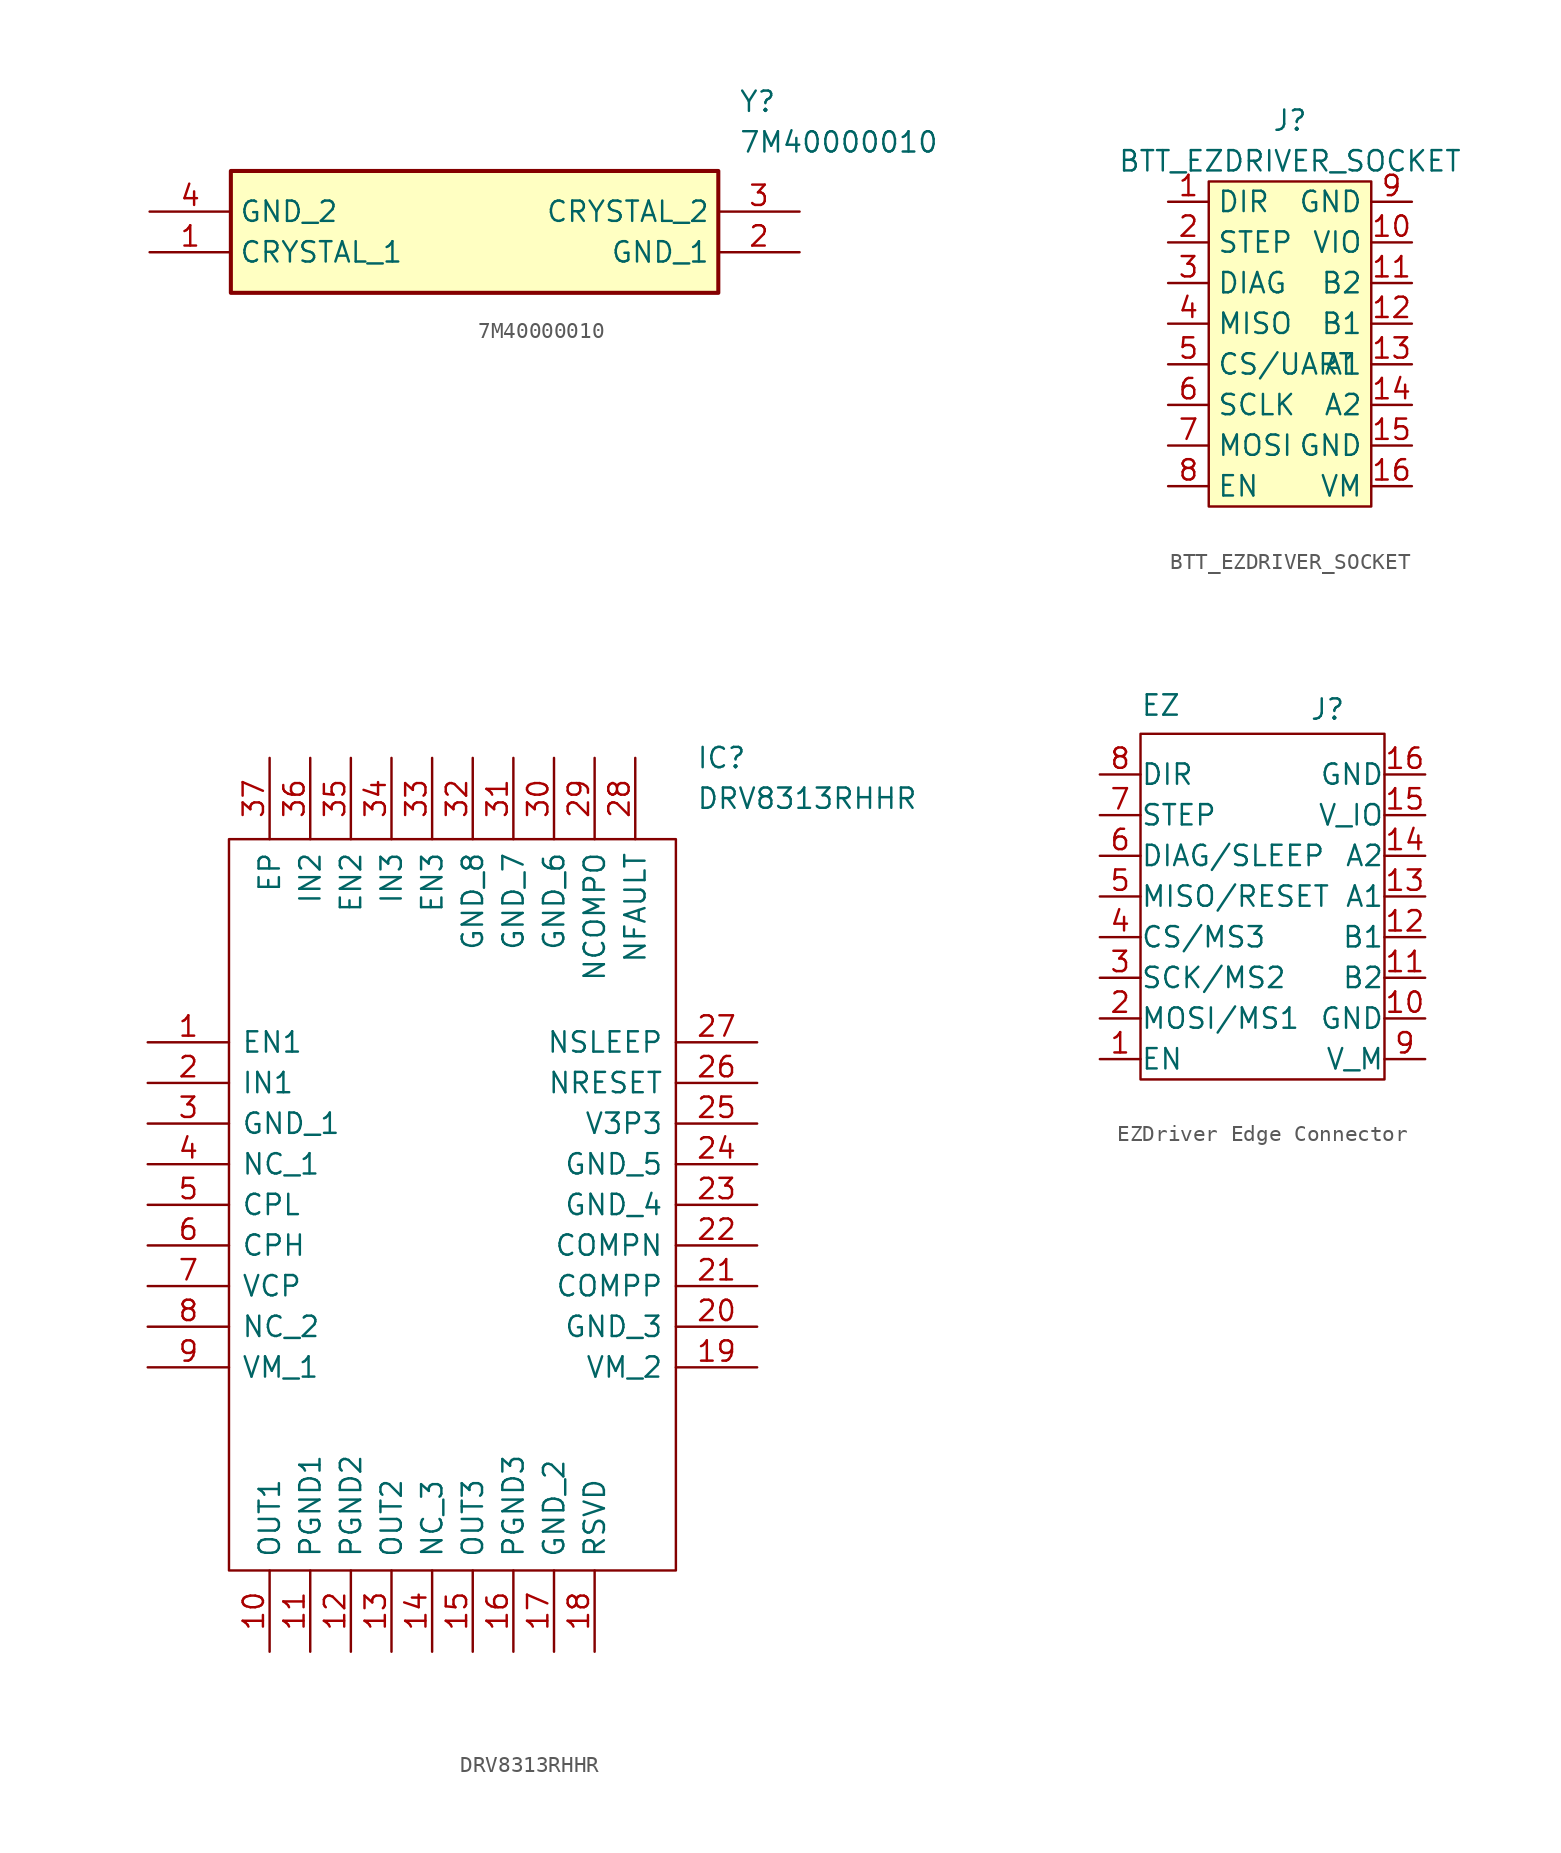
<source format=kicad_sym>
(kicad_symbol_lib
  (version 20241209)
  (generator "kicad_symbol_editor")
  (generator_version "9.0")
  (symbol "7M40000010"
    (property "Reference" "Y"
      (at 36.83 7.62 0)
      (effects (font (size 1.27 1.27)) (justify left top)))
    (property "Value" "7M40000010"
      (at 36.83 5.08 0)
      (effects (font (size 1.27 1.27)) (justify left top)))
    (symbol "7M40000010_1_1"
      (rectangle (start 5.08 2.54) (end 35.56 -5.08) (stroke (width 0.254) (type default)) (fill (type background)))
      (pin passive line (at 0 0 0) (length 5.08) (name "GND_2" (effects (font (size 1.27 1.27)))) (number "4" (effects (font (size 1.27 1.27)))))
      (pin passive line (at 0 -2.54 0) (length 5.08) (name "CRYSTAL_1" (effects (font (size 1.27 1.27)))) (number "1" (effects (font (size 1.27 1.27)))))
      (pin passive line (at 40.64 0 180) (length 5.08) (name "CRYSTAL_2" (effects (font (size 1.27 1.27)))) (number "3" (effects (font (size 1.27 1.27)))))
      (pin passive line (at 40.64 -2.54 180) (length 5.08) (name "GND_1" (effects (font (size 1.27 1.27)))) (number "2" (effects (font (size 1.27 1.27)))))))
  (symbol "BTT_EZDRIVER_SOCKET"
    (property "Reference" "J"
      (at 0 2.54 0)
      (effects (font (size 1.27 1.27))))
    (property "Value" "BTT_EZDRIVER_SOCKET"
      (at 0 0 0)
      (effects (font (size 1.27 1.27))))
    (symbol "BTT_EZDRIVER_SOCKET_0_1"
      (rectangle (start -5.08 -1.27) (end 5.08 -21.59) (stroke (width 0) (type default)) (fill (type background))))
    (symbol "BTT_EZDRIVER_SOCKET_1_1"
      (pin input line (at -7.62 -2.54 0) (length 2.54) (name "DIR" (effects (font (size 1.27 1.27)))) (number "1" (effects (font (size 1.27 1.27)))))
      (pin input line (at -7.62 -5.08 0) (length 2.54) (name "STEP" (effects (font (size 1.27 1.27)))) (number "2" (effects (font (size 1.27 1.27)))))
      (pin output line (at -7.62 -7.62 0) (length 2.54) (name "DIAG" (effects (font (size 1.27 1.27)))) (number "3" (effects (font (size 1.27 1.27)))))
      (pin output line (at -7.62 -10.16 0) (length 2.54) (name "MISO" (effects (font (size 1.27 1.27)))) (number "4" (effects (font (size 1.27 1.27)))))
      (pin bidirectional line (at -7.62 -12.7 0) (length 2.54) (name "CS/UART" (effects (font (size 1.27 1.27)))) (number "5" (effects (font (size 1.27 1.27)))))
      (pin input line (at -7.62 -15.24 0) (length 2.54) (name "SCLK" (effects (font (size 1.27 1.27)))) (number "6" (effects (font (size 1.27 1.27)))))
      (pin input line (at -7.62 -17.78 0) (length 2.54) (name "MOSI" (effects (font (size 1.27 1.27)))) (number "7" (effects (font (size 1.27 1.27)))))
      (pin input line (at -7.62 -20.32 0) (length 2.54) (name "EN" (effects (font (size 1.27 1.27)))) (number "8" (effects (font (size 1.27 1.27)))))
      (pin power_in line (at 7.62 -2.54 180) (length 2.54) (name "GND" (effects (font (size 1.27 1.27)))) (number "9" (effects (font (size 1.27 1.27)))))
      (pin power_in line (at 7.62 -5.08 180) (length 2.54) (name "VIO" (effects (font (size 1.27 1.27)))) (number "10" (effects (font (size 1.27 1.27)))))
      (pin output line (at 7.62 -7.62 180) (length 2.54) (name "B2" (effects (font (size 1.27 1.27)))) (number "11" (effects (font (size 1.27 1.27)))))
      (pin output line (at 7.62 -10.16 180) (length 2.54) (name "B1" (effects (font (size 1.27 1.27)))) (number "12" (effects (font (size 1.27 1.27)))))
      (pin output line (at 7.62 -12.7 180) (length 2.54) (name "A1" (effects (font (size 1.27 1.27)))) (number "13" (effects (font (size 1.27 1.27)))))
      (pin output line (at 7.62 -15.24 180) (length 2.54) (name "A2" (effects (font (size 1.27 1.27)))) (number "14" (effects (font (size 1.27 1.27)))))
      (pin power_in line (at 7.62 -17.78 180) (length 2.54) (name "GND" (effects (font (size 1.27 1.27)))) (number "15" (effects (font (size 1.27 1.27)))))
      (pin power_in line (at 7.62 -20.32 180) (length 2.54) (name "VM" (effects (font (size 1.27 1.27)))) (number "16" (effects (font (size 1.27 1.27)))))))
  (symbol "DRV8313RHHR"
    (pin_names
      (offset 0.762))
    (property "Reference" "IC"
      (at 34.29 17.78 0)
      (effects (font (size 1.27 1.27)) (justify left)))
    (property "Value" "DRV8313RHHR"
      (at 34.29 15.24 0)
      (effects (font (size 1.27 1.27)) (justify left)))
    (symbol "DRV8313RHHR_0_0"
      (pin passive line (at 0 0 0) (length 5.08) (name "EN1" (effects (font (size 1.27 1.27)))) (number "1" (effects (font (size 1.27 1.27)))))
      (pin passive line (at 0 -2.54 0) (length 5.08) (name "IN1" (effects (font (size 1.27 1.27)))) (number "2" (effects (font (size 1.27 1.27)))))
      (pin passive line (at 0 -5.08 0) (length 5.08) (name "GND_1" (effects (font (size 1.27 1.27)))) (number "3" (effects (font (size 1.27 1.27)))))
      (pin passive line (at 0 -7.62 0) (length 5.08) (name "NC_1" (effects (font (size 1.27 1.27)))) (number "4" (effects (font (size 1.27 1.27)))))
      (pin passive line (at 0 -10.16 0) (length 5.08) (name "CPL" (effects (font (size 1.27 1.27)))) (number "5" (effects (font (size 1.27 1.27)))))
      (pin passive line (at 0 -12.7 0) (length 5.08) (name "CPH" (effects (font (size 1.27 1.27)))) (number "6" (effects (font (size 1.27 1.27)))))
      (pin passive line (at 0 -15.24 0) (length 5.08) (name "VCP" (effects (font (size 1.27 1.27)))) (number "7" (effects (font (size 1.27 1.27)))))
      (pin passive line (at 0 -17.78 0) (length 5.08) (name "NC_2" (effects (font (size 1.27 1.27)))) (number "8" (effects (font (size 1.27 1.27)))))
      (pin passive line (at 0 -20.32 0) (length 5.08) (name "VM_1" (effects (font (size 1.27 1.27)))) (number "9" (effects (font (size 1.27 1.27)))))
      (pin passive line (at 7.62 17.78 270) (length 5.08) (name "EP" (effects (font (size 1.27 1.27)))) (number "37" (effects (font (size 1.27 1.27)))))
      (pin passive line (at 7.62 -38.1 90) (length 5.08) (name "OUT1" (effects (font (size 1.27 1.27)))) (number "10" (effects (font (size 1.27 1.27)))))
      (pin passive line (at 10.16 17.78 270) (length 5.08) (name "IN2" (effects (font (size 1.27 1.27)))) (number "36" (effects (font (size 1.27 1.27)))))
      (pin passive line (at 10.16 -38.1 90) (length 5.08) (name "PGND1" (effects (font (size 1.27 1.27)))) (number "11" (effects (font (size 1.27 1.27)))))
      (pin passive line (at 12.7 17.78 270) (length 5.08) (name "EN2" (effects (font (size 1.27 1.27)))) (number "35" (effects (font (size 1.27 1.27)))))
      (pin passive line (at 12.7 -38.1 90) (length 5.08) (name "PGND2" (effects (font (size 1.27 1.27)))) (number "12" (effects (font (size 1.27 1.27)))))
      (pin passive line (at 15.24 17.78 270) (length 5.08) (name "IN3" (effects (font (size 1.27 1.27)))) (number "34" (effects (font (size 1.27 1.27)))))
      (pin passive line (at 15.24 -38.1 90) (length 5.08) (name "OUT2" (effects (font (size 1.27 1.27)))) (number "13" (effects (font (size 1.27 1.27)))))
      (pin passive line (at 17.78 17.78 270) (length 5.08) (name "EN3" (effects (font (size 1.27 1.27)))) (number "33" (effects (font (size 1.27 1.27)))))
      (pin passive line (at 17.78 -38.1 90) (length 5.08) (name "NC_3" (effects (font (size 1.27 1.27)))) (number "14" (effects (font (size 1.27 1.27)))))
      (pin passive line (at 20.32 17.78 270) (length 5.08) (name "GND_8" (effects (font (size 1.27 1.27)))) (number "32" (effects (font (size 1.27 1.27)))))
      (pin passive line (at 20.32 -38.1 90) (length 5.08) (name "OUT3" (effects (font (size 1.27 1.27)))) (number "15" (effects (font (size 1.27 1.27)))))
      (pin passive line (at 22.86 17.78 270) (length 5.08) (name "GND_7" (effects (font (size 1.27 1.27)))) (number "31" (effects (font (size 1.27 1.27)))))
      (pin passive line (at 22.86 -38.1 90) (length 5.08) (name "PGND3" (effects (font (size 1.27 1.27)))) (number "16" (effects (font (size 1.27 1.27)))))
      (pin passive line (at 25.4 17.78 270) (length 5.08) (name "GND_6" (effects (font (size 1.27 1.27)))) (number "30" (effects (font (size 1.27 1.27)))))
      (pin passive line (at 25.4 -38.1 90) (length 5.08) (name "GND_2" (effects (font (size 1.27 1.27)))) (number "17" (effects (font (size 1.27 1.27)))))
      (pin passive line (at 27.94 17.78 270) (length 5.08) (name "NCOMPO" (effects (font (size 1.27 1.27)))) (number "29" (effects (font (size 1.27 1.27)))))
      (pin passive line (at 27.94 -38.1 90) (length 5.08) (name "RSVD" (effects (font (size 1.27 1.27)))) (number "18" (effects (font (size 1.27 1.27)))))
      (pin passive line (at 30.48 17.78 270) (length 5.08) (name "NFAULT" (effects (font (size 1.27 1.27)))) (number "28" (effects (font (size 1.27 1.27)))))
      (pin passive line (at 38.1 0 180) (length 5.08) (name "NSLEEP" (effects (font (size 1.27 1.27)))) (number "27" (effects (font (size 1.27 1.27)))))
      (pin passive line (at 38.1 -2.54 180) (length 5.08) (name "NRESET" (effects (font (size 1.27 1.27)))) (number "26" (effects (font (size 1.27 1.27)))))
      (pin passive line (at 38.1 -5.08 180) (length 5.08) (name "V3P3" (effects (font (size 1.27 1.27)))) (number "25" (effects (font (size 1.27 1.27)))))
      (pin passive line (at 38.1 -7.62 180) (length 5.08) (name "GND_5" (effects (font (size 1.27 1.27)))) (number "24" (effects (font (size 1.27 1.27)))))
      (pin passive line (at 38.1 -10.16 180) (length 5.08) (name "GND_4" (effects (font (size 1.27 1.27)))) (number "23" (effects (font (size 1.27 1.27)))))
      (pin passive line (at 38.1 -12.7 180) (length 5.08) (name "COMPN" (effects (font (size 1.27 1.27)))) (number "22" (effects (font (size 1.27 1.27)))))
      (pin passive line (at 38.1 -15.24 180) (length 5.08) (name "COMPP" (effects (font (size 1.27 1.27)))) (number "21" (effects (font (size 1.27 1.27)))))
      (pin passive line (at 38.1 -17.78 180) (length 5.08) (name "GND_3" (effects (font (size 1.27 1.27)))) (number "20" (effects (font (size 1.27 1.27)))))
      (pin passive line (at 38.1 -20.32 180) (length 5.08) (name "VM_2" (effects (font (size 1.27 1.27)))) (number "19" (effects (font (size 1.27 1.27))))))
    (symbol "DRV8313RHHR_0_1"
      (polyline (pts (xy 5.08 12.7) (xy 33.02 12.7) (xy 33.02 -33.02) (xy 5.08 -33.02) (xy 5.08 12.7)) (stroke (width 0.152) (type solid)) (fill (type none)))))
  (symbol "EZDriver Edge Connector"
    (pin_names
      (offset 0.002))
    (property "Reference" "J"
      (at 14.224 21.844 0)
      (effects (font (size 1.27 1.27))))
    (property "Value" "EZ"
      (at 3.81 22.098 0)
      (effects (font (size 1.27 1.27))))
    (symbol "EZDriver Edge Connector_0_0"
      (pin input line (at 0 17.78 0) (length 2.54) (name "DIR" (effects (font (size 1.27 1.27)))) (number "8" (effects (font (size 1.27 1.27)))))
      (pin input line (at 0 15.24 0) (length 2.54) (name "STEP" (effects (font (size 1.27 1.27)))) (number "7" (effects (font (size 1.27 1.27)))))
      (pin output line (at 0 12.7 0) (length 2.54) (name "DIAG/SLEEP" (effects (font (size 1.27 1.27)))) (number "6" (effects (font (size 1.27 1.27)))))
      (pin bidirectional line (at 0 10.16 0) (length 2.54) (name "MISO/RESET" (effects (font (size 1.27 1.27)))) (number "5" (effects (font (size 1.27 1.27)))))
      (pin bidirectional line (at 0 7.62 0) (length 2.54) (name "CS/MS3" (effects (font (size 1.27 1.27)))) (number "4" (effects (font (size 1.27 1.27)))))
      (pin bidirectional line (at 0 5.08 0) (length 2.54) (name "SCK/MS2" (effects (font (size 1.27 1.27)))) (number "3" (effects (font (size 1.27 1.27)))))
      (pin bidirectional line (at 0 2.54 0) (length 2.54) (name "MOSI/MS1" (effects (font (size 1.27 1.27)))) (number "2" (effects (font (size 1.27 1.27)))))
      (pin input line (at 0 0 0) (length 2.54) (name "EN" (effects (font (size 1.27 1.27)))) (number "1" (effects (font (size 1.27 1.27)))))
      (pin power_in line (at 20.32 17.78 180) (length 2.54) (name "GND" (effects (font (size 1.27 1.27)))) (number "16" (effects (font (size 1.27 1.27)))))
      (pin power_in line (at 20.32 15.24 180) (length 2.54) (name "V_IO" (effects (font (size 1.27 1.27)))) (number "15" (effects (font (size 1.27 1.27)))))
      (pin output line (at 20.32 12.7 180) (length 2.54) (name "A2" (effects (font (size 1.27 1.27)))) (number "14" (effects (font (size 1.27 1.27)))))
      (pin output line (at 20.32 10.16 180) (length 2.54) (name "A1" (effects (font (size 1.27 1.27)))) (number "13" (effects (font (size 1.27 1.27)))))
      (pin output line (at 20.32 7.62 180) (length 2.54) (name "B1" (effects (font (size 1.27 1.27)))) (number "12" (effects (font (size 1.27 1.27)))))
      (pin output line (at 20.32 5.08 180) (length 2.54) (name "B2" (effects (font (size 1.27 1.27)))) (number "11" (effects (font (size 1.27 1.27)))))
      (pin power_in line (at 20.32 2.54 180) (length 2.54) (name "GND" (effects (font (size 1.27 1.27)))) (number "10" (effects (font (size 1.27 1.27)))))
      (pin power_in line (at 20.32 0 180) (length 2.54) (name "V_M" (effects (font (size 1.27 1.27)))) (number "9" (effects (font (size 1.27 1.27))))))
    (symbol "EZDriver Edge Connector_0_1"
      (rectangle (start 2.54 20.32) (end 17.78 -1.27) (stroke (width 0) (type default)) (fill (type none))))))
</source>
